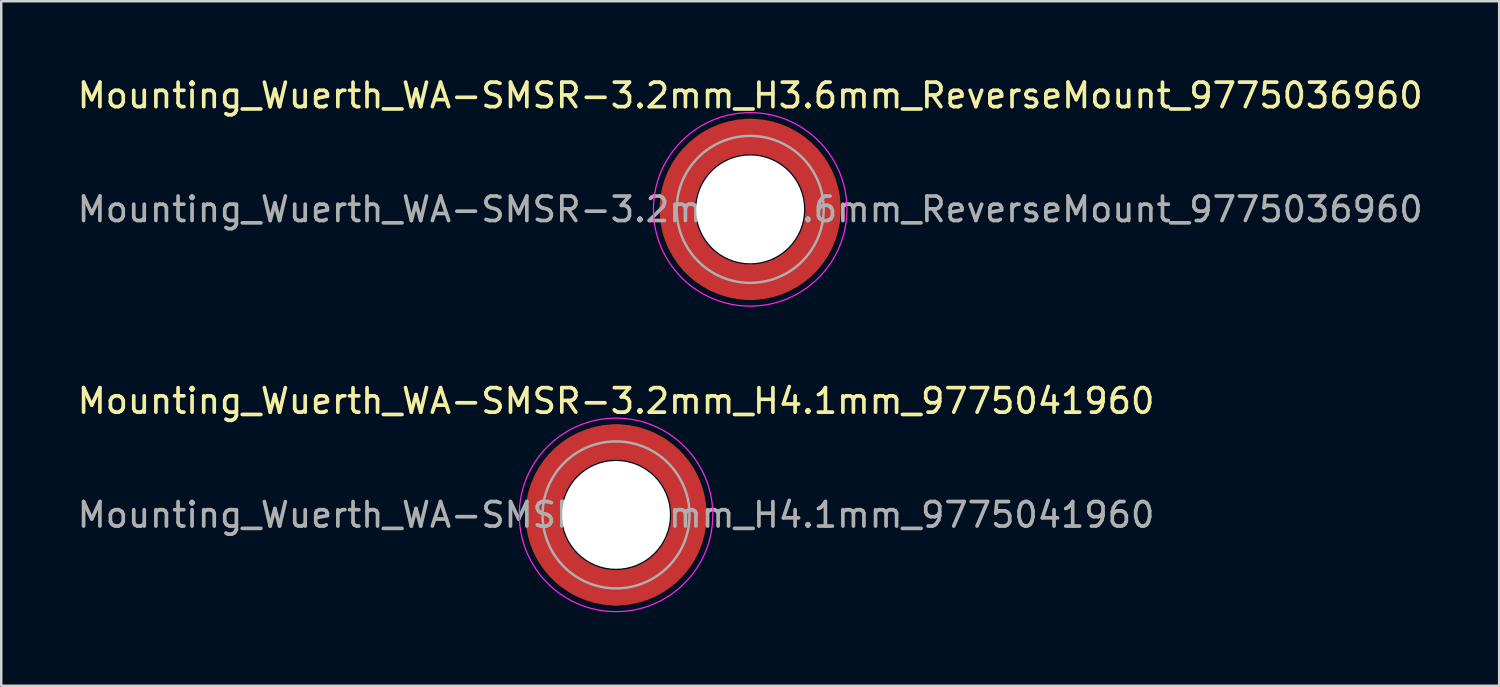
<source format=kicad_pcb>
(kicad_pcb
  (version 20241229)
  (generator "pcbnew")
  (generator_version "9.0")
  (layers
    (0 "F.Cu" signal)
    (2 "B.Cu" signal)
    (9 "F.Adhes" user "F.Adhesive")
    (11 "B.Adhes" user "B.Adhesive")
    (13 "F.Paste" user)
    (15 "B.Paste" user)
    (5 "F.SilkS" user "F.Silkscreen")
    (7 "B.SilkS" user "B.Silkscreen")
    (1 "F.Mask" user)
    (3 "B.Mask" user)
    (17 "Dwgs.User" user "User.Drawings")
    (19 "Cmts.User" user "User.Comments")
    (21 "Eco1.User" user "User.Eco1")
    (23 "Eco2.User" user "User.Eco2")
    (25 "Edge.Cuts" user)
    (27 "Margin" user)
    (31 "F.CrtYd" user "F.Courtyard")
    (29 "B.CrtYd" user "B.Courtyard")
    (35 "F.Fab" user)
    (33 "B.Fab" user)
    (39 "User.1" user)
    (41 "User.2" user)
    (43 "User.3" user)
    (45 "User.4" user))
  (footprint "Mounting_Wuerth_WA-SMSR-3.2mm_H3.6mm_ReverseMount_9775036960"
    (layer "F.Cu")
    (at 27.577 5.498)
    (property "Reference" "Mounting_Wuerth_WA-SMSR-3.2mm_H3.6mm_ReverseMount_9775036960" (at 0 -4.65 0) (layer "F.SilkS") (effects (font (size 1 1) (thickness 0.15))))
    (attr smd)
    (fp_circle (center 0 0) (end 3.95 0) (stroke (width 0.05) (type solid)) (fill no) (layer "F.CrtYd"))
    (fp_circle (center 0 0) (end 3 0) (stroke (width 0.1) (type solid)) (fill no) (layer "F.Fab"))
    (fp_text user "${REFERENCE}" (at 0 0 0) (layer "F.Fab") (effects (font (size 1 1) (thickness 0.15))))
    (pad "" smd custom (at -2.095 -2.095) (size 0.672 0.672) (layers "F.Paste") (options (anchor circle)) (primitives (gr_arc (start -0.24231 1.594804) (mid 0.404819 0.404819) (end 1.594804 -0.24231) (width 0.2)) (gr_arc (start -0.3398 1.594804) (mid 0.337349 0.337349) (end 1.594804 -0.3398) (width 0.2)) (gr_arc (start -0.437132 1.594804) (mid 0.269879 0.269879) (end 1.594804 -0.437132) (width 0.2)) (gr_arc (start -0.534324 1.594804) (mid 0.202409 0.202409) (end 1.594804 -0.534324) (width 0.2)) (gr_arc (start -0.631391 1.594804) (mid 0.134939 0.134939) (end 1.594804 -0.631391) (width 0.2)) (gr_arc (start -0.728345 1.594804) (mid 0.06747 0.06747) (end 1.594804 -0.728345) (width 0.2)) (gr_arc (start -0.825197 1.594804) (mid 0 0) (end 1.594804 -0.825197) (width 0.2)) (gr_arc (start -0.921958 1.594804) (mid -0.067469 -0.067469) (end 1.594804 -0.921958) (width 0.2)) (gr_arc (start -1.018637 1.594804) (mid -0.13494 -0.13494) (end 1.594804 -1.018637) (width 0.2)) (gr_arc (start -1.115239 1.594804) (mid -0.202409 -0.202409) (end 1.594804 -1.115239) (width 0.2)) (gr_arc (start -1.211773 1.594804) (mid -0.269879 -0.269879) (end 1.594804 -1.211773) (width 0.2)) (gr_arc (start -1.308244 1.594804) (mid -0.337349 -0.337349) (end 1.594804 -1.308244) (width 0.2)) (gr_arc (start -1.404657 1.594804) (mid -0.404819 -0.404819) (end 1.594804 -1.404657) (width 0.2)) (gr_arc (start -1.404657 1.594804) (mid -0.404819 -0.404819) (end 1.594804 -1.404657) (width 0.2)) (gr_line (start 1.595 -0.242) (end 1.595 -1.405) (width 0.2)) (gr_line (start -0.242 1.595) (end -1.405 1.595) (width 0.2))))
    (pad "" smd custom (at -2.095 2.095) (size 0.672 0.672) (layers "F.Paste") (options (anchor circle)) (primitives (gr_arc (start 1.594804 0.24231) (mid 0.404819 -0.404819) (end -0.24231 -1.594804) (width 0.2)) (gr_arc (start 1.594804 0.3398) (mid 0.337349 -0.337349) (end -0.3398 -1.594804) (width 0.2)) (gr_arc (start 1.594804 0.437132) (mid 0.269879 -0.269879) (end -0.437132 -1.594804) (width 0.2)) (gr_arc (start 1.594804 0.534324) (mid 0.202409 -0.202409) (end -0.534324 -1.594804) (width 0.2)) (gr_arc (start 1.594804 0.631391) (mid 0.134939 -0.134939) (end -0.631391 -1.594804) (width 0.2)) (gr_arc (start 1.594804 0.728345) (mid 0.06747 -0.06747) (end -0.728345 -1.594804) (width 0.2)) (gr_arc (start 1.594804 0.825197) (mid 0 0) (end -0.825197 -1.594804) (width 0.2)) (gr_arc (start 1.594804 0.921958) (mid -0.067469 0.067469) (end -0.921958 -1.594804) (width 0.2)) (gr_arc (start 1.594804 1.018637) (mid -0.13494 0.13494) (end -1.018637 -1.594804) (width 0.2)) (gr_arc (start 1.594804 1.115239) (mid -0.202409 0.202409) (end -1.115239 -1.594804) (width 0.2)) (gr_arc (start 1.594804 1.211773) (mid -0.269879 0.269879) (end -1.211773 -1.594804) (width 0.2)) (gr_arc (start 1.594804 1.308244) (mid -0.337349 0.337349) (end -1.308244 -1.594804) (width 0.2)) (gr_arc (start 1.594804 1.404657) (mid -0.404819 0.404819) (end -1.404657 -1.594804) (width 0.2)) (gr_arc (start 1.594804 1.404657) (mid -0.404819 0.404819) (end -1.404657 -1.594804) (width 0.2)) (gr_line (start -0.242 -1.595) (end -1.405 -1.595) (width 0.2)) (gr_line (start 1.595 0.242) (end 1.595 1.405) (width 0.2))))
    (pad "" np_thru_hole circle (at 0 0) (size 4.4 4.4) (drill 4.4) (layers "*.Cu" "*.Mask"))
    (pad "" smd custom (at 2.095 -2.095) (size 0.672 0.672) (layers "F.Paste") (options (anchor circle)) (primitives (gr_arc (start -1.594804 -0.24231) (mid -0.404819 0.404819) (end 0.24231 1.594804) (width 0.2)) (gr_arc (start -1.594804 -0.3398) (mid -0.337349 0.337349) (end 0.3398 1.594804) (width 0.2)) (gr_arc (start -1.594804 -0.437132) (mid -0.269879 0.269879) (end 0.437132 1.594804) (width 0.2)) (gr_arc (start -1.594804 -0.534324) (mid -0.202409 0.202409) (end 0.534324 1.594804) (width 0.2)) (gr_arc (start -1.594804 -0.631391) (mid -0.134939 0.134939) (end 0.631391 1.594804) (width 0.2)) (gr_arc (start -1.594804 -0.728345) (mid -0.06747 0.06747) (end 0.728345 1.594804) (width 0.2)) (gr_arc (start -1.594804 -0.825197) (mid 0 0) (end 0.825197 1.594804) (width 0.2)) (gr_arc (start -1.594804 -0.921958) (mid 0.067469 -0.067469) (end 0.921958 1.594804) (width 0.2)) (gr_arc (start -1.594804 -1.018637) (mid 0.13494 -0.13494) (end 1.018637 1.594804) (width 0.2)) (gr_arc (start -1.594804 -1.115239) (mid 0.202409 -0.202409) (end 1.115239 1.594804) (width 0.2)) (gr_arc (start -1.594804 -1.211773) (mid 0.269879 -0.269879) (end 1.211773 1.594804) (width 0.2)) (gr_arc (start -1.594804 -1.308244) (mid 0.337349 -0.337349) (end 1.308244 1.594804) (width 0.2)) (gr_arc (start -1.594804 -1.404657) (mid 0.404819 -0.404819) (end 1.404657 1.594804) (width 0.2)) (gr_arc (start -1.594804 -1.404657) (mid 0.404819 -0.404819) (end 1.404657 1.594804) (width 0.2)) (gr_line (start 0.242 1.595) (end 1.405 1.595) (width 0.2)) (gr_line (start -1.595 -0.242) (end -1.595 -1.405) (width 0.2))))
    (pad "" smd custom (at 2.095 2.095) (size 0.672 0.672) (layers "F.Paste") (options (anchor circle)) (primitives (gr_arc (start 0.24231 -1.594804) (mid -0.404819 -0.404819) (end -1.594804 0.24231) (width 0.2)) (gr_arc (start 0.3398 -1.594804) (mid -0.337349 -0.337349) (end -1.594804 0.3398) (width 0.2)) (gr_arc (start 0.437132 -1.594804) (mid -0.269879 -0.269879) (end -1.594804 0.437132) (width 0.2)) (gr_arc (start 0.534324 -1.594804) (mid -0.202409 -0.202409) (end -1.594804 0.534324) (width 0.2)) (gr_arc (start 0.631391 -1.594804) (mid -0.134939 -0.134939) (end -1.594804 0.631391) (width 0.2)) (gr_arc (start 0.728345 -1.594804) (mid -0.06747 -0.06747) (end -1.594804 0.728345) (width 0.2)) (gr_arc (start 0.825197 -1.594804) (mid 0 0) (end -1.594804 0.825197) (width 0.2)) (gr_arc (start 0.921958 -1.594804) (mid 0.067469 0.067469) (end -1.594804 0.921958) (width 0.2)) (gr_arc (start 1.018637 -1.594804) (mid 0.13494 0.13494) (end -1.594804 1.018637) (width 0.2)) (gr_arc (start 1.115239 -1.594804) (mid 0.202409 0.202409) (end -1.594804 1.115239) (width 0.2)) (gr_arc (start 1.211773 -1.594804) (mid 0.269879 0.269879) (end -1.594804 1.211773) (width 0.2)) (gr_arc (start 1.308244 -1.594804) (mid 0.337349 0.337349) (end -1.594804 1.308244) (width 0.2)) (gr_arc (start 1.404657 -1.594804) (mid 0.404819 0.404819) (end -1.594804 1.404657) (width 0.2)) (gr_arc (start 1.404657 -1.594804) (mid 0.404819 0.404819) (end -1.594804 1.404657) (width 0.2)) (gr_line (start -1.595 0.242) (end -1.595 1.405) (width 0.2)) (gr_line (start 0.242 -1.595) (end 1.405 -1.595) (width 0.2))))
    (pad "1" smd circle (at -2.975 0) (size 1.45 1.45) (layers "F.Cu"))
    (pad "1" smd circle (at 0 -2.975) (size 1.45 1.45) (layers "F.Cu"))
    (pad "1" smd circle (at 0 2.975) (size 1.45 1.45) (layers "F.Cu"))
    (pad "1" smd custom (at 2.975 0) (size 1.45 1.45) (layers "F.Cu" "F.Mask") (options (anchor circle)) (primitives (gr_circle (center -2.975 0) (end 0 0) (width 1.45) (fill no)))))
  (footprint "Mounting_Wuerth_WA-SMSR-3.2mm_H4.1mm_9775041960"
    (layer "F.Cu")
    (at 22.101 17.971)
    (property "Reference" "Mounting_Wuerth_WA-SMSR-3.2mm_H4.1mm_9775041960" (at 0 -4.65 0) (layer "F.SilkS") (effects (font (size 1 1) (thickness 0.15))))
    (attr smd)
    (fp_circle (center 0 0) (end 3.95 0) (stroke (width 0.05) (type solid)) (fill no) (layer "F.CrtYd"))
    (fp_circle (center 0 0) (end 3 0) (stroke (width 0.1) (type solid)) (fill no) (layer "F.Fab"))
    (fp_text user "${REFERENCE}" (at 0 0 0) (layer "F.Fab") (effects (font (size 1 1) (thickness 0.15))))
    (pad "" smd custom (at -2.095 -2.095) (size 1.345 1.345) (layers "F.Paste") (options (anchor circle)) (primitives (gr_arc (start -0.24231 1.594804) (mid 0.404819 0.404819) (end 1.594804 -0.24231) (width 0.2)) (gr_arc (start -0.3398 1.594804) (mid 0.337349 0.337349) (end 1.594804 -0.3398) (width 0.2)) (gr_arc (start -0.437132 1.594804) (mid 0.269879 0.269879) (end 1.594804 -0.437132) (width 0.2)) (gr_arc (start -0.534324 1.594804) (mid 0.202409 0.202409) (end 1.594804 -0.534324) (width 0.2)) (gr_arc (start -0.631391 1.594804) (mid 0.134939 0.134939) (end 1.594804 -0.631391) (width 0.2)) (gr_arc (start -0.728345 1.594804) (mid 0.06747 0.06747) (end 1.594804 -0.728345) (width 0.2)) (gr_arc (start -0.825197 1.594804) (mid 0 0) (end 1.594804 -0.825197) (width 0.2)) (gr_arc (start -0.921958 1.594804) (mid -0.067469 -0.067469) (end 1.594804 -0.921958) (width 0.2)) (gr_arc (start -1.018637 1.594804) (mid -0.13494 -0.13494) (end 1.594804 -1.018637) (width 0.2)) (gr_arc (start -1.115239 1.594804) (mid -0.202409 -0.202409) (end 1.594804 -1.115239) (width 0.2)) (gr_arc (start -1.211773 1.594804) (mid -0.269879 -0.269879) (end 1.594804 -1.211773) (width 0.2)) (gr_arc (start -1.308244 1.594804) (mid -0.337349 -0.337349) (end 1.594804 -1.308244) (width 0.2)) (gr_arc (start -1.404657 1.594804) (mid -0.404819 -0.404819) (end 1.594804 -1.404657) (width 0.2)) (gr_arc (start -1.404657 1.594804) (mid -0.404819 -0.404819) (end 1.594804 -1.404657) (width 0.2)) (gr_line (start 1.595 -0.242) (end 1.595 -1.405) (width 0.2)) (gr_line (start -0.242 1.595) (end -1.405 1.595) (width 0.2))))
    (pad "" smd custom (at -2.095 2.095) (size 1.345 1.345) (layers "F.Paste") (options (anchor circle)) (primitives (gr_arc (start 1.594804 0.24231) (mid 0.404819 -0.404819) (end -0.24231 -1.594804) (width 0.2)) (gr_arc (start 1.594804 0.3398) (mid 0.337349 -0.337349) (end -0.3398 -1.594804) (width 0.2)) (gr_arc (start 1.594804 0.437132) (mid 0.269879 -0.269879) (end -0.437132 -1.594804) (width 0.2)) (gr_arc (start 1.594804 0.534324) (mid 0.202409 -0.202409) (end -0.534324 -1.594804) (width 0.2)) (gr_arc (start 1.594804 0.631391) (mid 0.134939 -0.134939) (end -0.631391 -1.594804) (width 0.2)) (gr_arc (start 1.594804 0.728345) (mid 0.06747 -0.06747) (end -0.728345 -1.594804) (width 0.2)) (gr_arc (start 1.594804 0.825197) (mid 0 0) (end -0.825197 -1.594804) (width 0.2)) (gr_arc (start 1.594804 0.921958) (mid -0.067469 0.067469) (end -0.921958 -1.594804) (width 0.2)) (gr_arc (start 1.594804 1.018637) (mid -0.13494 0.13494) (end -1.018637 -1.594804) (width 0.2)) (gr_arc (start 1.594804 1.115239) (mid -0.202409 0.202409) (end -1.115239 -1.594804) (width 0.2)) (gr_arc (start 1.594804 1.211773) (mid -0.269879 0.269879) (end -1.211773 -1.594804) (width 0.2)) (gr_arc (start 1.594804 1.308244) (mid -0.337349 0.337349) (end -1.308244 -1.594804) (width 0.2)) (gr_arc (start 1.594804 1.404657) (mid -0.404819 0.404819) (end -1.404657 -1.594804) (width 0.2)) (gr_arc (start 1.594804 1.404657) (mid -0.404819 0.404819) (end -1.404657 -1.594804) (width 0.2)) (gr_line (start -0.242 -1.595) (end -1.405 -1.595) (width 0.2)) (gr_line (start 1.595 0.242) (end 1.595 1.405) (width 0.2))))
    (pad "" np_thru_hole circle (at 0 0) (size 4.4 4.4) (drill 4.4) (layers "*.Cu" "*.Mask"))
    (pad "" smd custom (at 2.095 -2.095) (size 1.345 1.345) (layers "F.Paste") (options (anchor circle)) (primitives (gr_arc (start -1.594804 -0.24231) (mid -0.404819 0.404819) (end 0.24231 1.594804) (width 0.2)) (gr_arc (start -1.594804 -0.3398) (mid -0.337349 0.337349) (end 0.3398 1.594804) (width 0.2)) (gr_arc (start -1.594804 -0.437132) (mid -0.269879 0.269879) (end 0.437132 1.594804) (width 0.2)) (gr_arc (start -1.594804 -0.534324) (mid -0.202409 0.202409) (end 0.534324 1.594804) (width 0.2)) (gr_arc (start -1.594804 -0.631391) (mid -0.134939 0.134939) (end 0.631391 1.594804) (width 0.2)) (gr_arc (start -1.594804 -0.728345) (mid -0.06747 0.06747) (end 0.728345 1.594804) (width 0.2)) (gr_arc (start -1.594804 -0.825197) (mid 0 0) (end 0.825197 1.594804) (width 0.2)) (gr_arc (start -1.594804 -0.921958) (mid 0.067469 -0.067469) (end 0.921958 1.594804) (width 0.2)) (gr_arc (start -1.594804 -1.018637) (mid 0.13494 -0.13494) (end 1.018637 1.594804) (width 0.2)) (gr_arc (start -1.594804 -1.115239) (mid 0.202409 -0.202409) (end 1.115239 1.594804) (width 0.2)) (gr_arc (start -1.594804 -1.211773) (mid 0.269879 -0.269879) (end 1.211773 1.594804) (width 0.2)) (gr_arc (start -1.594804 -1.308244) (mid 0.337349 -0.337349) (end 1.308244 1.594804) (width 0.2)) (gr_arc (start -1.594804 -1.404657) (mid 0.404819 -0.404819) (end 1.404657 1.594804) (width 0.2)) (gr_arc (start -1.594804 -1.404657) (mid 0.404819 -0.404819) (end 1.404657 1.594804) (width 0.2)) (gr_line (start 0.242 1.595) (end 1.405 1.595) (width 0.2)) (gr_line (start -1.595 -0.242) (end -1.595 -1.405) (width 0.2))))
    (pad "" smd custom (at 2.095 2.095) (size 1.345 1.345) (layers "F.Paste") (options (anchor circle)) (primitives (gr_arc (start 0.24231 -1.594804) (mid -0.404819 -0.404819) (end -1.594804 0.24231) (width 0.2)) (gr_arc (start 0.3398 -1.594804) (mid -0.337349 -0.337349) (end -1.594804 0.3398) (width 0.2)) (gr_arc (start 0.437132 -1.594804) (mid -0.269879 -0.269879) (end -1.594804 0.437132) (width 0.2)) (gr_arc (start 0.534324 -1.594804) (mid -0.202409 -0.202409) (end -1.594804 0.534324) (width 0.2)) (gr_arc (start 0.631391 -1.594804) (mid -0.134939 -0.134939) (end -1.594804 0.631391) (width 0.2)) (gr_arc (start 0.728345 -1.594804) (mid -0.06747 -0.06747) (end -1.594804 0.728345) (width 0.2)) (gr_arc (start 0.825197 -1.594804) (mid 0 0) (end -1.594804 0.825197) (width 0.2)) (gr_arc (start 0.921958 -1.594804) (mid 0.067469 0.067469) (end -1.594804 0.921958) (width 0.2)) (gr_arc (start 1.018637 -1.594804) (mid 0.13494 0.13494) (end -1.594804 1.018637) (width 0.2)) (gr_arc (start 1.115239 -1.594804) (mid 0.202409 0.202409) (end -1.594804 1.115239) (width 0.2)) (gr_arc (start 1.211773 -1.594804) (mid 0.269879 0.269879) (end -1.594804 1.211773) (width 0.2)) (gr_arc (start 1.308244 -1.594804) (mid 0.337349 0.337349) (end -1.594804 1.308244) (width 0.2)) (gr_arc (start 1.404657 -1.594804) (mid 0.404819 0.404819) (end -1.594804 1.404657) (width 0.2)) (gr_arc (start 1.404657 -1.594804) (mid 0.404819 0.404819) (end -1.594804 1.404657) (width 0.2)) (gr_line (start -1.595 0.242) (end -1.595 1.405) (width 0.2)) (gr_line (start 0.242 -1.595) (end 1.405 -1.595) (width 0.2))))
    (pad "1" smd circle (at -2.975 0) (size 1.45 1.45) (layers "F.Cu"))
    (pad "1" smd circle (at 0 -2.975) (size 1.45 1.45) (layers "F.Cu"))
    (pad "1" smd circle (at 0 2.975) (size 1.45 1.45) (layers "F.Cu"))
    (pad "1" smd custom (at 2.975 0) (size 1.45 1.45) (layers "F.Cu" "F.Mask") (options (anchor circle)) (primitives (gr_circle (center -2.975 0) (end 0 0) (width 1.45) (fill no)))))
  (gr_rect
    (start -3 -3)
    (end 58.155 24.947)
    (stroke (width 0.1) (type default))
    (fill no)
    (layer "Edge.Cuts")))
</source>
